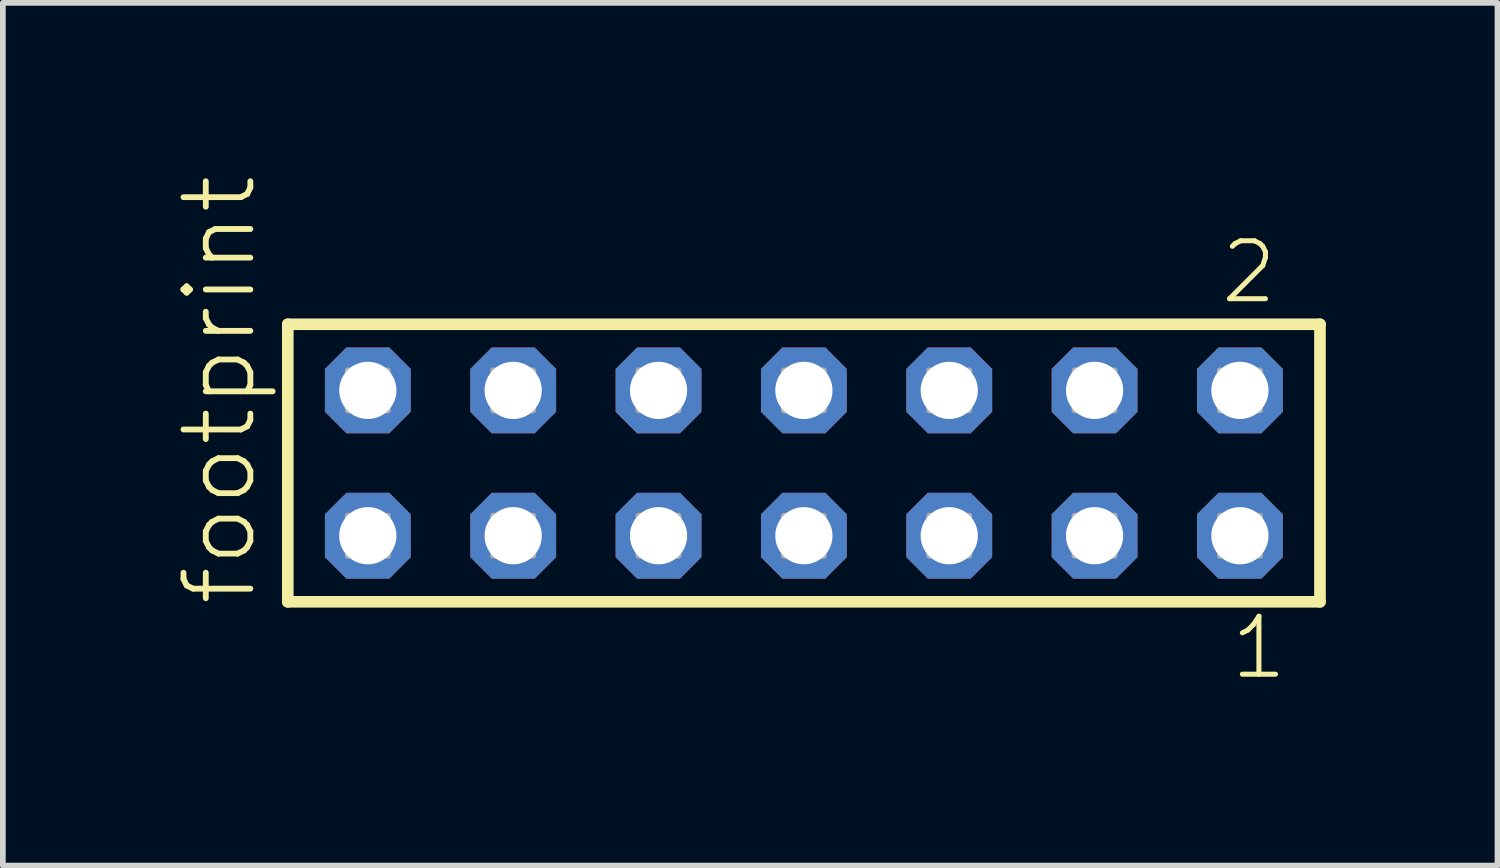
<source format=kicad_pcb>
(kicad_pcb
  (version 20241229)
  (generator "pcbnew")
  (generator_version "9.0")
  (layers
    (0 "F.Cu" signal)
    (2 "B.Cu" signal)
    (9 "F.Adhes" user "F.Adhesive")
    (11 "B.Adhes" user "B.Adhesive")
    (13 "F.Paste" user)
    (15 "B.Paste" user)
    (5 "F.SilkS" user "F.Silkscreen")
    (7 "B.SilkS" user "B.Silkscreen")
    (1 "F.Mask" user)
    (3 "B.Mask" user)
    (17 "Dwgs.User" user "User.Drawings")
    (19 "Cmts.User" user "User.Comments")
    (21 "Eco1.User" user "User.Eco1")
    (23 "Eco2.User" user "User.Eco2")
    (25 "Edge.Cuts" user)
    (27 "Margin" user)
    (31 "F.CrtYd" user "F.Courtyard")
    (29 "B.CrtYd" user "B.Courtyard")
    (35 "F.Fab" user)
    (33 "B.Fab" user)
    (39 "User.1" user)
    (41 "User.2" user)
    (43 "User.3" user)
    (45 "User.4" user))
  (footprint "footprint"
    (layer "F.Cu")
    (at 10.998 5.042)
    (property "Reference" "footprint" (at -9.525 2.54 90) (layer "F.SilkS") (effects (font (size 1.168 1.168) (thickness 0.102)) (justify left bottom)))
    (fp_line (start -9.019 -2.425) (end 9.019 -2.425) (stroke (width 0.203) (type solid)) (layer "F.SilkS"))
    (fp_line (start -9.019 2.425) (end -9.019 -2.425) (stroke (width 0.203) (type solid)) (layer "F.SilkS"))
    (fp_line (start 9.019 -2.425) (end 9.019 2.425) (stroke (width 0.203) (type solid)) (layer "F.SilkS"))
    (fp_line (start 9.019 2.425) (end -9.019 2.425) (stroke (width 0.203) (type solid)) (layer "F.SilkS"))
    (fp_poly (pts (xy -7.97 -0.92) (xy -7.27 -0.92) (xy -7.27 -1.62) (xy -7.97 -1.62)) (stroke (width 0.1) (type solid)) (fill no) (layer "F.Fab"))
    (fp_poly (pts (xy -7.97 1.62) (xy -7.27 1.62) (xy -7.27 0.92) (xy -7.97 0.92)) (stroke (width 0.1) (type solid)) (fill no) (layer "F.Fab"))
    (fp_poly (pts (xy -5.43 -0.92) (xy -4.73 -0.92) (xy -4.73 -1.62) (xy -5.43 -1.62)) (stroke (width 0.1) (type solid)) (fill no) (layer "F.Fab"))
    (fp_poly (pts (xy -5.43 1.62) (xy -4.73 1.62) (xy -4.73 0.92) (xy -5.43 0.92)) (stroke (width 0.1) (type solid)) (fill no) (layer "F.Fab"))
    (fp_poly (pts (xy -2.89 -0.92) (xy -2.19 -0.92) (xy -2.19 -1.62) (xy -2.89 -1.62)) (stroke (width 0.1) (type solid)) (fill no) (layer "F.Fab"))
    (fp_poly (pts (xy -2.89 1.62) (xy -2.19 1.62) (xy -2.19 0.92) (xy -2.89 0.92)) (stroke (width 0.1) (type solid)) (fill no) (layer "F.Fab"))
    (fp_poly (pts (xy -0.35 -0.92) (xy 0.35 -0.92) (xy 0.35 -1.62) (xy -0.35 -1.62)) (stroke (width 0.1) (type solid)) (fill no) (layer "F.Fab"))
    (fp_poly (pts (xy -0.35 1.62) (xy 0.35 1.62) (xy 0.35 0.92) (xy -0.35 0.92)) (stroke (width 0.1) (type solid)) (fill no) (layer "F.Fab"))
    (fp_poly (pts (xy 2.19 -0.92) (xy 2.89 -0.92) (xy 2.89 -1.62) (xy 2.19 -1.62)) (stroke (width 0.1) (type solid)) (fill no) (layer "F.Fab"))
    (fp_poly (pts (xy 2.19 1.62) (xy 2.89 1.62) (xy 2.89 0.92) (xy 2.19 0.92)) (stroke (width 0.1) (type solid)) (fill no) (layer "F.Fab"))
    (fp_poly (pts (xy 4.73 -0.92) (xy 5.43 -0.92) (xy 5.43 -1.62) (xy 4.73 -1.62)) (stroke (width 0.1) (type solid)) (fill no) (layer "F.Fab"))
    (fp_poly (pts (xy 4.73 1.62) (xy 5.43 1.62) (xy 5.43 0.92) (xy 4.73 0.92)) (stroke (width 0.1) (type solid)) (fill no) (layer "F.Fab"))
    (fp_poly (pts (xy 7.27 -0.92) (xy 7.97 -0.92) (xy 7.97 -1.62) (xy 7.27 -1.62)) (stroke (width 0.1) (type solid)) (fill no) (layer "F.Fab"))
    (fp_poly (pts (xy 7.27 1.62) (xy 7.97 1.62) (xy 7.97 0.92) (xy 7.27 0.92)) (stroke (width 0.1) (type solid)) (fill no) (layer "F.Fab"))
    (fp_text user "1" (at 7.412 3.818 0) (layer "F.SilkS") (effects (font (size 1.012 1.012) (thickness 0.088)) (justify left bottom)))
    (fp_text user "2" (at 7.237 -2.744 0) (layer "F.SilkS") (effects (font (size 1.012 1.012) (thickness 0.088)) (justify left bottom)))
    (pad "1" thru_hole roundrect (at 7.62 1.27 180) (size 1.5 1.5) (drill 1) (layers "*.Cu" "*.Mask") (roundrect_rratio 0.25) (chamfer_ratio 0.25) (chamfer top_left top_right bottom_left bottom_right))
    (pad "2" thru_hole roundrect (at 7.62 -1.27 180) (size 1.5 1.5) (drill 1) (layers "*.Cu" "*.Mask") (roundrect_rratio 0.25) (chamfer_ratio 0.25) (chamfer top_left top_right bottom_left bottom_right))
    (pad "3" thru_hole roundrect (at 5.08 1.27 180) (size 1.5 1.5) (drill 1) (layers "*.Cu" "*.Mask") (roundrect_rratio 0.25) (chamfer_ratio 0.25) (chamfer top_left top_right bottom_left bottom_right))
    (pad "4" thru_hole roundrect (at 5.08 -1.27 180) (size 1.5 1.5) (drill 1) (layers "*.Cu" "*.Mask") (roundrect_rratio 0.25) (chamfer_ratio 0.25) (chamfer top_left top_right bottom_left bottom_right))
    (pad "5" thru_hole roundrect (at 2.54 1.27 180) (size 1.5 1.5) (drill 1) (layers "*.Cu" "*.Mask") (roundrect_rratio 0.25) (chamfer_ratio 0.25) (chamfer top_left top_right bottom_left bottom_right))
    (pad "6" thru_hole roundrect (at 2.54 -1.27 180) (size 1.5 1.5) (drill 1) (layers "*.Cu" "*.Mask") (roundrect_rratio 0.25) (chamfer_ratio 0.25) (chamfer top_left top_right bottom_left bottom_right))
    (pad "7" thru_hole roundrect (at 0 1.27 180) (size 1.5 1.5) (drill 1) (layers "*.Cu" "*.Mask") (roundrect_rratio 0.25) (chamfer_ratio 0.25) (chamfer top_left top_right bottom_left bottom_right))
    (pad "8" thru_hole roundrect (at 0 -1.27 180) (size 1.5 1.5) (drill 1) (layers "*.Cu" "*.Mask") (roundrect_rratio 0.25) (chamfer_ratio 0.25) (chamfer top_left top_right bottom_left bottom_right))
    (pad "9" thru_hole roundrect (at -2.54 1.27 180) (size 1.5 1.5) (drill 1) (layers "*.Cu" "*.Mask") (roundrect_rratio 0.25) (chamfer_ratio 0.25) (chamfer top_left top_right bottom_left bottom_right))
    (pad "10" thru_hole roundrect (at -2.54 -1.27 180) (size 1.5 1.5) (drill 1) (layers "*.Cu" "*.Mask") (roundrect_rratio 0.25) (chamfer_ratio 0.25) (chamfer top_left top_right bottom_left bottom_right))
    (pad "11" thru_hole roundrect (at -5.08 1.27 180) (size 1.5 1.5) (drill 1) (layers "*.Cu" "*.Mask") (roundrect_rratio 0.25) (chamfer_ratio 0.25) (chamfer top_left top_right bottom_left bottom_right))
    (pad "12" thru_hole roundrect (at -5.08 -1.27 180) (size 1.5 1.5) (drill 1) (layers "*.Cu" "*.Mask") (roundrect_rratio 0.25) (chamfer_ratio 0.25) (chamfer top_left top_right bottom_left bottom_right))
    (pad "13" thru_hole roundrect (at -7.62 1.27 180) (size 1.5 1.5) (drill 1) (layers "*.Cu" "*.Mask") (roundrect_rratio 0.25) (chamfer_ratio 0.25) (chamfer top_left top_right bottom_left bottom_right))
    (pad "14" thru_hole roundrect (at -7.62 -1.27 180) (size 1.5 1.5) (drill 1) (layers "*.Cu" "*.Mask") (roundrect_rratio 0.25) (chamfer_ratio 0.25) (chamfer top_left top_right bottom_left bottom_right)))
  (gr_rect
    (start -3 -3)
    (end 23.119 12.077)
    (stroke (width 0.1) (type default))
    (fill no)
    (layer "Edge.Cuts")))
</source>
